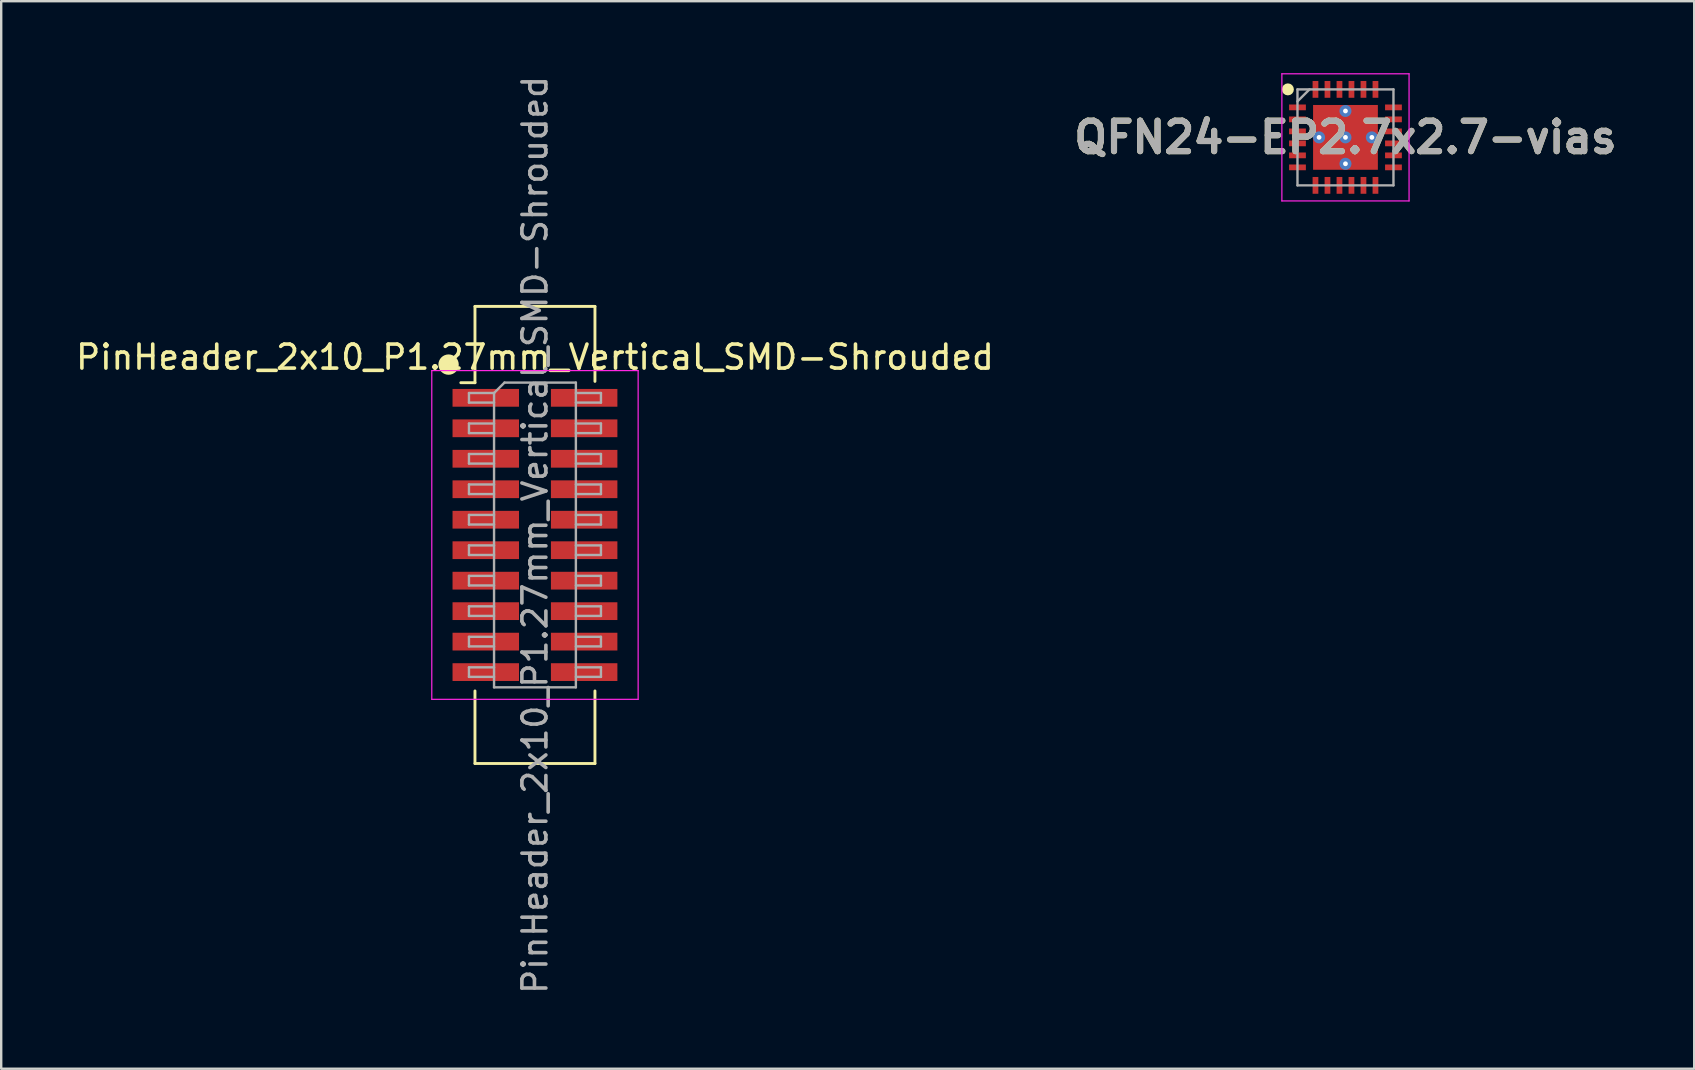
<source format=kicad_pcb>
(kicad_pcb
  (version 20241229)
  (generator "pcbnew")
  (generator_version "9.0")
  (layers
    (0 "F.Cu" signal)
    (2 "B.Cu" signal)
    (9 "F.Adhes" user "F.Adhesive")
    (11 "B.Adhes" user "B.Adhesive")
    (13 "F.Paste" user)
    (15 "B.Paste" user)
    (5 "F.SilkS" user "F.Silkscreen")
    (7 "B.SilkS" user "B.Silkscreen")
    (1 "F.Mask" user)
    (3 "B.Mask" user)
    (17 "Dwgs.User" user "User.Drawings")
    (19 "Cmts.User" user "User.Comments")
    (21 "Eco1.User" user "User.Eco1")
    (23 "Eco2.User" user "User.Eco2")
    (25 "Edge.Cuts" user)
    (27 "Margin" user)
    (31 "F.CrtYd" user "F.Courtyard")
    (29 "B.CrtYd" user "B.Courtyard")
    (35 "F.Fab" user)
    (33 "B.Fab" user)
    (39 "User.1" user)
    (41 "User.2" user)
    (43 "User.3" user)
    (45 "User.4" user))
  (footprint "QFN24-EP2.7x2.7-vias"
    (layer "F.Cu")
    (at 53.021 2.675)
    (property "Reference" "QFN24-EP2.7x2.7-vias" (at 0 0 0) (layer "F.SilkS") (effects (font (size 1.27 1.27) (thickness 0.254))))
    (attr smd)
    (fp_circle (center -2.4 -2) (end -2.4 -1.875) (stroke (width 0.25) (type solid)) (fill no) (layer "F.SilkS"))
    (fp_line (start -2.65 -2.65) (end 2.65 -2.65) (stroke (width 0.05) (type solid)) (layer "F.CrtYd"))
    (fp_line (start -2.65 2.65) (end -2.65 -2.65) (stroke (width 0.05) (type solid)) (layer "F.CrtYd"))
    (fp_line (start 2.65 -2.65) (end 2.65 2.65) (stroke (width 0.05) (type solid)) (layer "F.CrtYd"))
    (fp_line (start 2.65 2.65) (end -2.65 2.65) (stroke (width 0.05) (type solid)) (layer "F.CrtYd"))
    (fp_line (start -2 -2) (end 2 -2) (stroke (width 0.1) (type solid)) (layer "F.Fab"))
    (fp_line (start -2 -1.5) (end -1.5 -2) (stroke (width 0.1) (type solid)) (layer "F.Fab"))
    (fp_line (start -2 2) (end -2 -2) (stroke (width 0.1) (type solid)) (layer "F.Fab"))
    (fp_line (start 2 -2) (end 2 2) (stroke (width 0.1) (type solid)) (layer "F.Fab"))
    (fp_line (start 2 2) (end -2 2) (stroke (width 0.1) (type solid)) (layer "F.Fab"))
    (fp_text user "${REFERENCE}" (at 0 0 0) (layer "F.Fab") (effects (font (size 1.27 1.27) (thickness 0.254))))
    (pad "1" smd rect (at -2 -1.25 90) (size 0.24 0.7) (layers "F.Cu" "F.Mask" "F.Paste"))
    (pad "2" smd rect (at -2 -0.75 90) (size 0.24 0.7) (layers "F.Cu" "F.Mask" "F.Paste"))
    (pad "3" smd rect (at -2 -0.25 90) (size 0.24 0.7) (layers "F.Cu" "F.Mask" "F.Paste"))
    (pad "4" smd rect (at -2 0.25 90) (size 0.24 0.7) (layers "F.Cu" "F.Mask" "F.Paste"))
    (pad "5" smd rect (at -2 0.75 90) (size 0.24 0.7) (layers "F.Cu" "F.Mask" "F.Paste"))
    (pad "6" smd rect (at -2 1.25 90) (size 0.24 0.7) (layers "F.Cu" "F.Mask" "F.Paste"))
    (pad "7" smd rect (at -1.25 2) (size 0.24 0.7) (layers "F.Cu" "F.Mask" "F.Paste"))
    (pad "8" smd rect (at -0.75 2) (size 0.24 0.7) (layers "F.Cu" "F.Mask" "F.Paste"))
    (pad "9" smd rect (at -0.25 2) (size 0.24 0.7) (layers "F.Cu" "F.Mask" "F.Paste"))
    (pad "10" smd rect (at 0.25 2) (size 0.24 0.7) (layers "F.Cu" "F.Mask" "F.Paste"))
    (pad "11" smd rect (at 0.75 2) (size 0.24 0.7) (layers "F.Cu" "F.Mask" "F.Paste"))
    (pad "12" smd rect (at 1.25 2) (size 0.24 0.7) (layers "F.Cu" "F.Mask" "F.Paste"))
    (pad "13" smd rect (at 2 1.25 90) (size 0.24 0.7) (layers "F.Cu" "F.Mask" "F.Paste"))
    (pad "14" smd rect (at 2 0.75 90) (size 0.24 0.7) (layers "F.Cu" "F.Mask" "F.Paste"))
    (pad "15" smd rect (at 2 0.25 90) (size 0.24 0.7) (layers "F.Cu" "F.Mask" "F.Paste"))
    (pad "16" smd rect (at 2 -0.25 90) (size 0.24 0.7) (layers "F.Cu" "F.Mask" "F.Paste"))
    (pad "17" smd rect (at 2 -0.75 90) (size 0.24 0.7) (layers "F.Cu" "F.Mask" "F.Paste"))
    (pad "18" smd rect (at 2 -1.25 90) (size 0.24 0.7) (layers "F.Cu" "F.Mask" "F.Paste"))
    (pad "19" smd rect (at 1.25 -2) (size 0.24 0.7) (layers "F.Cu" "F.Mask" "F.Paste"))
    (pad "20" smd rect (at 0.75 -2) (size 0.24 0.7) (layers "F.Cu" "F.Mask" "F.Paste"))
    (pad "21" smd rect (at 0.25 -2) (size 0.24 0.7) (layers "F.Cu" "F.Mask" "F.Paste"))
    (pad "22" smd rect (at -0.25 -2) (size 0.24 0.7) (layers "F.Cu" "F.Mask" "F.Paste"))
    (pad "23" smd rect (at -0.75 -2) (size 0.24 0.7) (layers "F.Cu" "F.Mask" "F.Paste"))
    (pad "24" smd rect (at -1.25 -2) (size 0.24 0.7) (layers "F.Cu" "F.Mask" "F.Paste"))
    (pad "25" thru_hole circle (at -1.1 0) (size 0.5 0.5) (drill 0.2) (layers "*.Cu" "*.Mask"))
    (pad "25" thru_hole circle (at 0 -1.1) (size 0.5 0.5) (drill 0.2) (layers "*.Cu" "*.Mask"))
    (pad "25" thru_hole circle (at 0 0) (size 0.5 0.5) (drill 0.2) (layers "*.Cu" "*.Mask"))
    (pad "25" smd rect (at 0 0) (size 2.7 2.7) (layers "F.Cu" "F.Mask" "F.Paste"))
    (pad "25" thru_hole circle (at 0 1.1) (size 0.5 0.5) (drill 0.2) (layers "*.Cu" "*.Mask"))
    (pad "25" thru_hole circle (at 1.1 0) (size 0.5 0.5) (drill 0.2) (layers "*.Cu" "*.Mask")))
  (footprint "PinHeader_2x10_P1.27mm_Vertical_SMD-Shrouded"
    (layer "F.Cu")
    (at 19.244 19.244)
    (property "Reference" "PinHeader_2x10_P1.27mm_Vertical_SMD-Shrouded" (at 0 -7.41 0) (layer "F.SilkS") (effects (font (size 1 1) (thickness 0.15))))
    (attr smd)
    (fp_line (start -3.09 -6.345) (end -2.5 -6.345) (stroke (width 0.12) (type solid)) (layer "F.SilkS"))
    (fp_line (start -2.5 -9.525) (end -2.5 -6.345) (stroke (width 0.12) (type solid)) (layer "F.SilkS"))
    (fp_line (start -2.5 -9.525) (end 2.5 -9.525) (stroke (width 0.12) (type solid)) (layer "F.SilkS"))
    (fp_line (start -2.5 6.5) (end -2.5 9.525) (stroke (width 0.12) (type solid)) (layer "F.SilkS"))
    (fp_line (start -2.5 9.525) (end 2.5 9.525) (stroke (width 0.12) (type solid)) (layer "F.SilkS"))
    (fp_line (start 2.5 -9.525) (end 2.5 -6.4) (stroke (width 0.12) (type solid)) (layer "F.SilkS"))
    (fp_line (start 2.5 6.5) (end 2.5 9.525) (stroke (width 0.12) (type solid)) (layer "F.SilkS"))
    (fp_circle (center -3.6 -7.1) (end -3.376 -7.1) (stroke (width 0.4) (type solid)) (fill no) (layer "F.SilkS"))
    (fp_line (start -4.3 -6.85) (end -4.3 6.85) (stroke (width 0.05) (type solid)) (layer "F.CrtYd"))
    (fp_line (start -4.3 6.85) (end 4.3 6.85) (stroke (width 0.05) (type solid)) (layer "F.CrtYd"))
    (fp_line (start 4.3 -6.85) (end -4.3 -6.85) (stroke (width 0.05) (type solid)) (layer "F.CrtYd"))
    (fp_line (start 4.3 6.85) (end 4.3 -6.85) (stroke (width 0.05) (type solid)) (layer "F.CrtYd"))
    (fp_line (start -2.75 -5.915) (end -2.75 -5.515) (stroke (width 0.1) (type solid)) (layer "F.Fab"))
    (fp_line (start -2.75 -5.515) (end -1.705 -5.515) (stroke (width 0.1) (type solid)) (layer "F.Fab"))
    (fp_line (start -2.75 -4.645) (end -2.75 -4.245) (stroke (width 0.1) (type solid)) (layer "F.Fab"))
    (fp_line (start -2.75 -4.245) (end -1.705 -4.245) (stroke (width 0.1) (type solid)) (layer "F.Fab"))
    (fp_line (start -2.75 -3.375) (end -2.75 -2.975) (stroke (width 0.1) (type solid)) (layer "F.Fab"))
    (fp_line (start -2.75 -2.975) (end -1.705 -2.975) (stroke (width 0.1) (type solid)) (layer "F.Fab"))
    (fp_line (start -2.75 -2.105) (end -2.75 -1.705) (stroke (width 0.1) (type solid)) (layer "F.Fab"))
    (fp_line (start -2.75 -1.705) (end -1.705 -1.705) (stroke (width 0.1) (type solid)) (layer "F.Fab"))
    (fp_line (start -2.75 -0.835) (end -2.75 -0.435) (stroke (width 0.1) (type solid)) (layer "F.Fab"))
    (fp_line (start -2.75 -0.435) (end -1.705 -0.435) (stroke (width 0.1) (type solid)) (layer "F.Fab"))
    (fp_line (start -2.75 0.435) (end -2.75 0.835) (stroke (width 0.1) (type solid)) (layer "F.Fab"))
    (fp_line (start -2.75 0.835) (end -1.705 0.835) (stroke (width 0.1) (type solid)) (layer "F.Fab"))
    (fp_line (start -2.75 1.705) (end -2.75 2.105) (stroke (width 0.1) (type solid)) (layer "F.Fab"))
    (fp_line (start -2.75 2.105) (end -1.705 2.105) (stroke (width 0.1) (type solid)) (layer "F.Fab"))
    (fp_line (start -2.75 2.975) (end -2.75 3.375) (stroke (width 0.1) (type solid)) (layer "F.Fab"))
    (fp_line (start -2.75 3.375) (end -1.705 3.375) (stroke (width 0.1) (type solid)) (layer "F.Fab"))
    (fp_line (start -2.75 4.245) (end -2.75 4.645) (stroke (width 0.1) (type solid)) (layer "F.Fab"))
    (fp_line (start -2.75 4.645) (end -1.705 4.645) (stroke (width 0.1) (type solid)) (layer "F.Fab"))
    (fp_line (start -2.75 5.515) (end -2.75 5.915) (stroke (width 0.1) (type solid)) (layer "F.Fab"))
    (fp_line (start -2.75 5.915) (end -1.705 5.915) (stroke (width 0.1) (type solid)) (layer "F.Fab"))
    (fp_line (start -1.705 -5.915) (end -2.75 -5.915) (stroke (width 0.1) (type solid)) (layer "F.Fab"))
    (fp_line (start -1.705 -5.915) (end -1.27 -6.35) (stroke (width 0.1) (type solid)) (layer "F.Fab"))
    (fp_line (start -1.705 -4.645) (end -2.75 -4.645) (stroke (width 0.1) (type solid)) (layer "F.Fab"))
    (fp_line (start -1.705 -3.375) (end -2.75 -3.375) (stroke (width 0.1) (type solid)) (layer "F.Fab"))
    (fp_line (start -1.705 -2.105) (end -2.75 -2.105) (stroke (width 0.1) (type solid)) (layer "F.Fab"))
    (fp_line (start -1.705 -0.835) (end -2.75 -0.835) (stroke (width 0.1) (type solid)) (layer "F.Fab"))
    (fp_line (start -1.705 0.435) (end -2.75 0.435) (stroke (width 0.1) (type solid)) (layer "F.Fab"))
    (fp_line (start -1.705 1.705) (end -2.75 1.705) (stroke (width 0.1) (type solid)) (layer "F.Fab"))
    (fp_line (start -1.705 2.975) (end -2.75 2.975) (stroke (width 0.1) (type solid)) (layer "F.Fab"))
    (fp_line (start -1.705 4.245) (end -2.75 4.245) (stroke (width 0.1) (type solid)) (layer "F.Fab"))
    (fp_line (start -1.705 5.515) (end -2.75 5.515) (stroke (width 0.1) (type solid)) (layer "F.Fab"))
    (fp_line (start -1.705 6.35) (end -1.705 -5.915) (stroke (width 0.1) (type solid)) (layer "F.Fab"))
    (fp_line (start -1.27 -6.35) (end 1.705 -6.35) (stroke (width 0.1) (type solid)) (layer "F.Fab"))
    (fp_line (start 1.705 -6.35) (end 1.705 6.35) (stroke (width 0.1) (type solid)) (layer "F.Fab"))
    (fp_line (start 1.705 -5.915) (end 2.75 -5.915) (stroke (width 0.1) (type solid)) (layer "F.Fab"))
    (fp_line (start 1.705 -4.645) (end 2.75 -4.645) (stroke (width 0.1) (type solid)) (layer "F.Fab"))
    (fp_line (start 1.705 -3.375) (end 2.75 -3.375) (stroke (width 0.1) (type solid)) (layer "F.Fab"))
    (fp_line (start 1.705 -2.105) (end 2.75 -2.105) (stroke (width 0.1) (type solid)) (layer "F.Fab"))
    (fp_line (start 1.705 -0.835) (end 2.75 -0.835) (stroke (width 0.1) (type solid)) (layer "F.Fab"))
    (fp_line (start 1.705 0.435) (end 2.75 0.435) (stroke (width 0.1) (type solid)) (layer "F.Fab"))
    (fp_line (start 1.705 1.705) (end 2.75 1.705) (stroke (width 0.1) (type solid)) (layer "F.Fab"))
    (fp_line (start 1.705 2.975) (end 2.75 2.975) (stroke (width 0.1) (type solid)) (layer "F.Fab"))
    (fp_line (start 1.705 4.245) (end 2.75 4.245) (stroke (width 0.1) (type solid)) (layer "F.Fab"))
    (fp_line (start 1.705 5.515) (end 2.75 5.515) (stroke (width 0.1) (type solid)) (layer "F.Fab"))
    (fp_line (start 1.705 6.35) (end -1.705 6.35) (stroke (width 0.1) (type solid)) (layer "F.Fab"))
    (fp_line (start 2.75 -5.915) (end 2.75 -5.515) (stroke (width 0.1) (type solid)) (layer "F.Fab"))
    (fp_line (start 2.75 -5.515) (end 1.705 -5.515) (stroke (width 0.1) (type solid)) (layer "F.Fab"))
    (fp_line (start 2.75 -4.645) (end 2.75 -4.245) (stroke (width 0.1) (type solid)) (layer "F.Fab"))
    (fp_line (start 2.75 -4.245) (end 1.705 -4.245) (stroke (width 0.1) (type solid)) (layer "F.Fab"))
    (fp_line (start 2.75 -3.375) (end 2.75 -2.975) (stroke (width 0.1) (type solid)) (layer "F.Fab"))
    (fp_line (start 2.75 -2.975) (end 1.705 -2.975) (stroke (width 0.1) (type solid)) (layer "F.Fab"))
    (fp_line (start 2.75 -2.105) (end 2.75 -1.705) (stroke (width 0.1) (type solid)) (layer "F.Fab"))
    (fp_line (start 2.75 -1.705) (end 1.705 -1.705) (stroke (width 0.1) (type solid)) (layer "F.Fab"))
    (fp_line (start 2.75 -0.835) (end 2.75 -0.435) (stroke (width 0.1) (type solid)) (layer "F.Fab"))
    (fp_line (start 2.75 -0.435) (end 1.705 -0.435) (stroke (width 0.1) (type solid)) (layer "F.Fab"))
    (fp_line (start 2.75 0.435) (end 2.75 0.835) (stroke (width 0.1) (type solid)) (layer "F.Fab"))
    (fp_line (start 2.75 0.835) (end 1.705 0.835) (stroke (width 0.1) (type solid)) (layer "F.Fab"))
    (fp_line (start 2.75 1.705) (end 2.75 2.105) (stroke (width 0.1) (type solid)) (layer "F.Fab"))
    (fp_line (start 2.75 2.105) (end 1.705 2.105) (stroke (width 0.1) (type solid)) (layer "F.Fab"))
    (fp_line (start 2.75 2.975) (end 2.75 3.375) (stroke (width 0.1) (type solid)) (layer "F.Fab"))
    (fp_line (start 2.75 3.375) (end 1.705 3.375) (stroke (width 0.1) (type solid)) (layer "F.Fab"))
    (fp_line (start 2.75 4.245) (end 2.75 4.645) (stroke (width 0.1) (type solid)) (layer "F.Fab"))
    (fp_line (start 2.75 4.645) (end 1.705 4.645) (stroke (width 0.1) (type solid)) (layer "F.Fab"))
    (fp_line (start 2.75 5.515) (end 2.75 5.915) (stroke (width 0.1) (type solid)) (layer "F.Fab"))
    (fp_line (start 2.75 5.915) (end 1.705 5.915) (stroke (width 0.1) (type solid)) (layer "F.Fab"))
    (fp_text user "${REFERENCE}" (at 0 0 90) (layer "F.Fab") (effects (font (size 1 1) (thickness 0.15))))
    (pad "1" smd rect (at -2.05 -5.715) (size 2.77 0.74) (layers "F.Cu" "F.Mask" "F.Paste"))
    (pad "2" smd rect (at 2.05 -5.715) (size 2.77 0.74) (layers "F.Cu" "F.Mask" "F.Paste"))
    (pad "3" smd rect (at -2.05 -4.445) (size 2.77 0.74) (layers "F.Cu" "F.Mask" "F.Paste"))
    (pad "4" smd rect (at 2.05 -4.445) (size 2.77 0.74) (layers "F.Cu" "F.Mask" "F.Paste"))
    (pad "5" smd rect (at -2.05 -3.175) (size 2.77 0.74) (layers "F.Cu" "F.Mask" "F.Paste"))
    (pad "6" smd rect (at 2.05 -3.175) (size 2.77 0.74) (layers "F.Cu" "F.Mask" "F.Paste"))
    (pad "7" smd rect (at -2.05 -1.905) (size 2.77 0.74) (layers "F.Cu" "F.Mask" "F.Paste"))
    (pad "8" smd rect (at 2.05 -1.905) (size 2.77 0.74) (layers "F.Cu" "F.Mask" "F.Paste"))
    (pad "9" smd rect (at -2.05 -0.635) (size 2.77 0.74) (layers "F.Cu" "F.Mask" "F.Paste"))
    (pad "10" smd rect (at 2.05 -0.635) (size 2.77 0.74) (layers "F.Cu" "F.Mask" "F.Paste"))
    (pad "11" smd rect (at -2.05 0.635) (size 2.77 0.74) (layers "F.Cu" "F.Mask" "F.Paste"))
    (pad "12" smd rect (at 2.05 0.635) (size 2.77 0.74) (layers "F.Cu" "F.Mask" "F.Paste"))
    (pad "13" smd rect (at -2.05 1.905) (size 2.77 0.74) (layers "F.Cu" "F.Mask" "F.Paste"))
    (pad "14" smd rect (at 2.05 1.905) (size 2.77 0.74) (layers "F.Cu" "F.Mask" "F.Paste"))
    (pad "15" smd rect (at -2.05 3.175) (size 2.77 0.74) (layers "F.Cu" "F.Mask" "F.Paste"))
    (pad "16" smd rect (at 2.05 3.175) (size 2.77 0.74) (layers "F.Cu" "F.Mask" "F.Paste"))
    (pad "17" smd rect (at -2.05 4.445) (size 2.77 0.74) (layers "F.Cu" "F.Mask" "F.Paste"))
    (pad "18" smd rect (at 2.05 4.445) (size 2.77 0.74) (layers "F.Cu" "F.Mask" "F.Paste"))
    (pad "19" smd rect (at -2.05 5.715) (size 2.77 0.74) (layers "F.Cu" "F.Mask" "F.Paste"))
    (pad "20" smd rect (at 2.05 5.715) (size 2.77 0.74) (layers "F.Cu" "F.Mask" "F.Paste")))
  (gr_rect
    (start -3 -3)
    (end 67.554 41.488)
    (stroke (width 0.1) (type default))
    (fill no)
    (layer "Edge.Cuts")))
</source>
